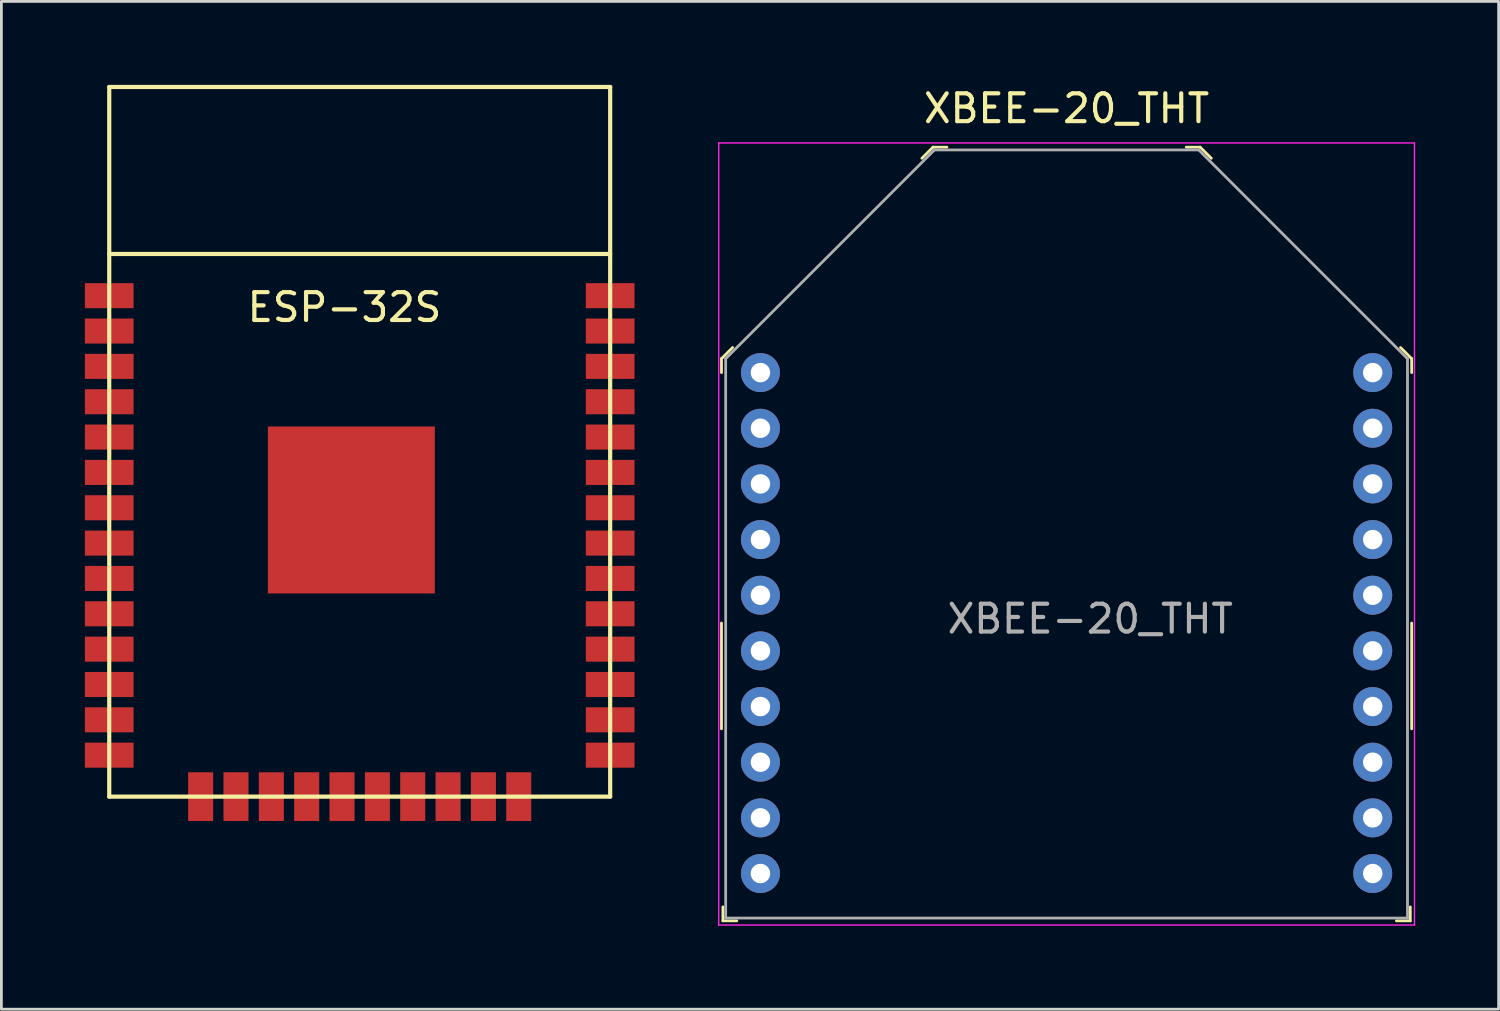
<source format=kicad_pcb>
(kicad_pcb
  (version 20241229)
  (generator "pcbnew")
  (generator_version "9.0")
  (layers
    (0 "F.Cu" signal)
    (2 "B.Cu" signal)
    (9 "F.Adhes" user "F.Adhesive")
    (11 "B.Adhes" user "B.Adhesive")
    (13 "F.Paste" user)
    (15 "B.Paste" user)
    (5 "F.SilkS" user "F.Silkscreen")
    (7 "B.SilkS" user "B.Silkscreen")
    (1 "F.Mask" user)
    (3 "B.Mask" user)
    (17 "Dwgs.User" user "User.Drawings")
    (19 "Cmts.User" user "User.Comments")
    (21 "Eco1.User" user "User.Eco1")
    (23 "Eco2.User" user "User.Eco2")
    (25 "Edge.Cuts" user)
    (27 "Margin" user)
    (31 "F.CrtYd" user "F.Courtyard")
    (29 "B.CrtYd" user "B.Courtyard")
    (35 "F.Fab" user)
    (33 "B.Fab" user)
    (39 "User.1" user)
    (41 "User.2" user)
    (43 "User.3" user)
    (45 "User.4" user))
  (footprint "ESP-32S"
    (layer "F.Cu")
    (at 9.928 17.092)
    (property "Reference" "ESP-32S" (at -0.6 -9.1 0) (layer "F.SilkS") (effects (font (size 1 1) (thickness 0.15))))
    (attr through_hole)
    (fp_line (start -9.053 -17.017) (end -9.053 8.483) (stroke (width 0.15) (type solid)) (layer "F.SilkS"))
    (fp_line (start 8.947 -17.017) (end -9.053 -17.017) (stroke (width 0.15) (type solid)) (layer "F.SilkS"))
    (fp_line (start 8.947 -17.017) (end 8.947 8.483) (stroke (width 0.15) (type solid)) (layer "F.SilkS"))
    (fp_line (start 8.947 -11.017) (end -9.053 -11.017) (stroke (width 0.15) (type solid)) (layer "F.SilkS"))
    (fp_line (start 8.947 8.483) (end -9.053 8.483) (stroke (width 0.15) (type solid)) (layer "F.SilkS"))
    (pad "1" smd rect (at -9.053 -9.517 180) (size 1.75 0.9) (layers "F.Cu" "F.Mask" "F.Paste"))
    (pad "2" smd rect (at -9.053 -8.247 180) (size 1.75 0.9) (layers "F.Cu" "F.Mask" "F.Paste"))
    (pad "3" smd rect (at -9.053 -6.977 180) (size 1.75 0.9) (layers "F.Cu" "F.Mask" "F.Paste"))
    (pad "4" smd rect (at -9.053 -5.707 180) (size 1.75 0.9) (layers "F.Cu" "F.Mask" "F.Paste"))
    (pad "5" smd rect (at -9.053 -4.437 180) (size 1.75 0.9) (layers "F.Cu" "F.Mask" "F.Paste"))
    (pad "6" smd rect (at -9.053 -3.167 180) (size 1.75 0.9) (layers "F.Cu" "F.Mask" "F.Paste"))
    (pad "7" smd rect (at -9.053 -1.897 180) (size 1.75 0.9) (layers "F.Cu" "F.Mask" "F.Paste"))
    (pad "8" smd rect (at -9.053 -0.627 180) (size 1.75 0.9) (layers "F.Cu" "F.Mask" "F.Paste"))
    (pad "9" smd rect (at -9.053 0.643 180) (size 1.75 0.9) (layers "F.Cu" "F.Mask" "F.Paste"))
    (pad "10" smd rect (at -9.053 1.913 180) (size 1.75 0.9) (layers "F.Cu" "F.Mask" "F.Paste"))
    (pad "11" smd rect (at -9.053 3.183 180) (size 1.75 0.9) (layers "F.Cu" "F.Mask" "F.Paste"))
    (pad "12" smd rect (at -9.053 4.453 180) (size 1.75 0.9) (layers "F.Cu" "F.Mask" "F.Paste"))
    (pad "13" smd rect (at -9.053 5.723 180) (size 1.75 0.9) (layers "F.Cu" "F.Mask" "F.Paste"))
    (pad "14" smd rect (at -9.053 6.993 180) (size 1.75 0.9) (layers "F.Cu" "F.Mask" "F.Paste"))
    (pad "15" smd rect (at -5.768 8.483 180) (size 0.9 1.75) (layers "F.Cu" "F.Mask" "F.Paste"))
    (pad "16" smd rect (at -4.498 8.483 180) (size 0.9 1.75) (layers "F.Cu" "F.Mask" "F.Paste"))
    (pad "17" smd rect (at -3.228 8.483 180) (size 0.9 1.75) (layers "F.Cu" "F.Mask" "F.Paste"))
    (pad "18" smd rect (at -1.958 8.483 180) (size 0.9 1.75) (layers "F.Cu" "F.Mask" "F.Paste"))
    (pad "19" smd rect (at -0.688 8.483 180) (size 0.9 1.75) (layers "F.Cu" "F.Mask" "F.Paste"))
    (pad "20" smd rect (at 0.582 8.483 180) (size 0.9 1.75) (layers "F.Cu" "F.Mask" "F.Paste"))
    (pad "21" smd rect (at 1.852 8.483 180) (size 0.9 1.75) (layers "F.Cu" "F.Mask" "F.Paste"))
    (pad "22" smd rect (at 3.122 8.483 180) (size 0.9 1.75) (layers "F.Cu" "F.Mask" "F.Paste"))
    (pad "23" smd rect (at 4.392 8.483 180) (size 0.9 1.75) (layers "F.Cu" "F.Mask" "F.Paste"))
    (pad "24" smd rect (at 5.662 8.483 180) (size 0.9 1.75) (layers "F.Cu" "F.Mask" "F.Paste"))
    (pad "25" smd rect (at 8.947 6.993 180) (size 1.75 0.9) (layers "F.Cu" "F.Mask" "F.Paste"))
    (pad "26" smd rect (at 8.947 5.723 180) (size 1.75 0.9) (layers "F.Cu" "F.Mask" "F.Paste"))
    (pad "27" smd rect (at 8.947 4.453 180) (size 1.75 0.9) (layers "F.Cu" "F.Mask" "F.Paste"))
    (pad "28" smd rect (at 8.947 3.183 180) (size 1.75 0.9) (layers "F.Cu" "F.Mask" "F.Paste"))
    (pad "29" smd rect (at 8.947 1.913 180) (size 1.75 0.9) (layers "F.Cu" "F.Mask" "F.Paste"))
    (pad "30" smd rect (at 8.947 0.643 180) (size 1.75 0.9) (layers "F.Cu" "F.Mask" "F.Paste"))
    (pad "31" smd rect (at 8.947 -0.627 180) (size 1.75 0.9) (layers "F.Cu" "F.Mask" "F.Paste"))
    (pad "32" smd rect (at 8.947 -1.897 180) (size 1.75 0.9) (layers "F.Cu" "F.Mask" "F.Paste"))
    (pad "33" smd rect (at 8.947 -3.167 180) (size 1.75 0.9) (layers "F.Cu" "F.Mask" "F.Paste"))
    (pad "34" smd rect (at 8.947 -4.437 180) (size 1.75 0.9) (layers "F.Cu" "F.Mask" "F.Paste"))
    (pad "35" smd rect (at 8.947 -5.707 180) (size 1.75 0.9) (layers "F.Cu" "F.Mask" "F.Paste"))
    (pad "36" smd rect (at 8.947 -6.977 180) (size 1.75 0.9) (layers "F.Cu" "F.Mask" "F.Paste"))
    (pad "37" smd rect (at 8.947 -8.247 180) (size 1.75 0.9) (layers "F.Cu" "F.Mask" "F.Paste"))
    (pad "38" smd rect (at 8.947 -9.517 180) (size 1.75 0.9) (layers "F.Cu" "F.Mask" "F.Paste"))
    (pad "39" smd rect (at -0.353 -1.817 180) (size 6 6) (layers "F.Cu" "F.Mask" "F.Paste")))
  (footprint "XBEE-20_THT"
    (layer "F.Cu")
    (at 35.275 19.338)
    (property "Reference" "XBEE-20_THT" (at 0 -18.49 0) (layer "F.SilkS") (effects (font (size 1 1) (thickness 0.15))))
    (attr through_hole)
    (fp_line (start -12.4 -9.5) (end -12.4 -9) (stroke (width 0.1) (type solid)) (layer "F.SilkS"))
    (fp_line (start -12.4 -9.5) (end -12 -9.9) (stroke (width 0.1) (type solid)) (layer "F.SilkS"))
    (fp_line (start -12.4 0) (end -12.4 3.8) (stroke (width 0.1) (type solid)) (layer "F.SilkS"))
    (fp_line (start -12.35 10.7) (end -12.35 10.2) (stroke (width 0.1) (type solid)) (layer "F.SilkS"))
    (fp_line (start -12.35 10.7) (end -11.85 10.7) (stroke (width 0.1) (type solid)) (layer "F.SilkS"))
    (fp_line (start -4.8 -17.1) (end -5.2 -16.7) (stroke (width 0.1) (type solid)) (layer "F.SilkS"))
    (fp_line (start -4.8 -17.1) (end -4.3 -17.1) (stroke (width 0.1) (type solid)) (layer "F.SilkS"))
    (fp_line (start 4.8 -17.1) (end 4.3 -17.1) (stroke (width 0.1) (type solid)) (layer "F.SilkS"))
    (fp_line (start 4.8 -17.1) (end 5.2 -16.7) (stroke (width 0.1) (type solid)) (layer "F.SilkS"))
    (fp_line (start 12.35 10.7) (end 11.85 10.7) (stroke (width 0.1) (type solid)) (layer "F.SilkS"))
    (fp_line (start 12.35 10.7) (end 12.35 10.2) (stroke (width 0.1) (type solid)) (layer "F.SilkS"))
    (fp_line (start 12.4 -9.5) (end 12 -9.9) (stroke (width 0.1) (type solid)) (layer "F.SilkS"))
    (fp_line (start 12.4 -9.5) (end 12.4 -9) (stroke (width 0.1) (type solid)) (layer "F.SilkS"))
    (fp_line (start 12.4 0) (end 12.4 3.8) (stroke (width 0.1) (type solid)) (layer "F.SilkS"))
    (fp_line (start -12.5 -17.25) (end -12.5 10.85) (stroke (width 0.05) (type solid)) (layer "F.CrtYd"))
    (fp_line (start -12.5 -17.25) (end 12.5 -17.25) (stroke (width 0.05) (type solid)) (layer "F.CrtYd"))
    (fp_line (start -12.5 10.85) (end 12.5 10.85) (stroke (width 0.05) (type solid)) (layer "F.CrtYd"))
    (fp_line (start 12.5 -17.25) (end 12.5 10.85) (stroke (width 0.05) (type solid)) (layer "F.CrtYd"))
    (fp_line (start -12.25 -9.5) (end -12.25 10.6) (stroke (width 0.1) (type solid)) (layer "F.Fab"))
    (fp_line (start -12.25 -9.5) (end -4.75 -17) (stroke (width 0.1) (type solid)) (layer "F.Fab"))
    (fp_line (start -12.25 10.6) (end 12.25 10.6) (stroke (width 0.1) (type solid)) (layer "F.Fab"))
    (fp_line (start -4.75 -17) (end 4.75 -17) (stroke (width 0.1) (type solid)) (layer "F.Fab"))
    (fp_line (start 4.75 -17) (end 12.25 -9.5) (stroke (width 0.1) (type solid)) (layer "F.Fab"))
    (fp_line (start 12.25 -9.5) (end 12.25 10.6) (stroke (width 0.1) (type solid)) (layer "F.Fab"))
    (fp_text user "${REFERENCE}" (at 0.85 -0.15 0) (layer "F.Fab") (effects (font (size 1 1) (thickness 0.15))))
    (pad "1" thru_hole circle (at -11 -9) (size 1.4 1.4) (drill 0.7) (layers "*.Cu" "*.Mask"))
    (pad "2" thru_hole circle (at -11 -7) (size 1.4 1.4) (drill 0.7) (layers "*.Cu" "*.Mask"))
    (pad "3" thru_hole circle (at -11 -5) (size 1.4 1.4) (drill 0.7) (layers "*.Cu" "*.Mask"))
    (pad "4" thru_hole circle (at -11 -3) (size 1.4 1.4) (drill 0.7) (layers "*.Cu" "*.Mask"))
    (pad "5" thru_hole circle (at -11 -1) (size 1.4 1.4) (drill 0.7) (layers "*.Cu" "*.Mask"))
    (pad "6" thru_hole circle (at -11 1) (size 1.4 1.4) (drill 0.7) (layers "*.Cu" "*.Mask"))
    (pad "7" thru_hole circle (at -11 3) (size 1.4 1.4) (drill 0.7) (layers "*.Cu" "*.Mask"))
    (pad "8" thru_hole circle (at -11 5) (size 1.4 1.4) (drill 0.7) (layers "*.Cu" "*.Mask"))
    (pad "9" thru_hole circle (at -11 7) (size 1.4 1.4) (drill 0.7) (layers "*.Cu" "*.Mask"))
    (pad "10" thru_hole circle (at -11 9) (size 1.4 1.4) (drill 0.7) (layers "*.Cu" "*.Mask"))
    (pad "11" thru_hole circle (at 11 9) (size 1.4 1.4) (drill 0.7) (layers "*.Cu" "*.Mask"))
    (pad "12" thru_hole circle (at 11 7) (size 1.4 1.4) (drill 0.7) (layers "*.Cu" "*.Mask"))
    (pad "13" thru_hole circle (at 11 5) (size 1.4 1.4) (drill 0.7) (layers "*.Cu" "*.Mask"))
    (pad "14" thru_hole circle (at 11 3) (size 1.4 1.4) (drill 0.7) (layers "*.Cu" "*.Mask"))
    (pad "15" thru_hole circle (at 11 1) (size 1.4 1.4) (drill 0.7) (layers "*.Cu" "*.Mask"))
    (pad "16" thru_hole circle (at 11 -1) (size 1.4 1.4) (drill 0.7) (layers "*.Cu" "*.Mask"))
    (pad "17" thru_hole circle (at 11 -3) (size 1.4 1.4) (drill 0.7) (layers "*.Cu" "*.Mask"))
    (pad "18" thru_hole circle (at 11 -5) (size 1.4 1.4) (drill 0.7) (layers "*.Cu" "*.Mask"))
    (pad "19" thru_hole circle (at 11 -7) (size 1.4 1.4) (drill 0.7) (layers "*.Cu" "*.Mask"))
    (pad "20" thru_hole circle (at 11 -9) (size 1.4 1.4) (drill 0.7) (layers "*.Cu" "*.Mask")))
  (gr_rect
    (start -3 -3)
    (end 50.8 33.213)
    (stroke (width 0.1) (type default))
    (fill no)
    (layer "Edge.Cuts")))
</source>
